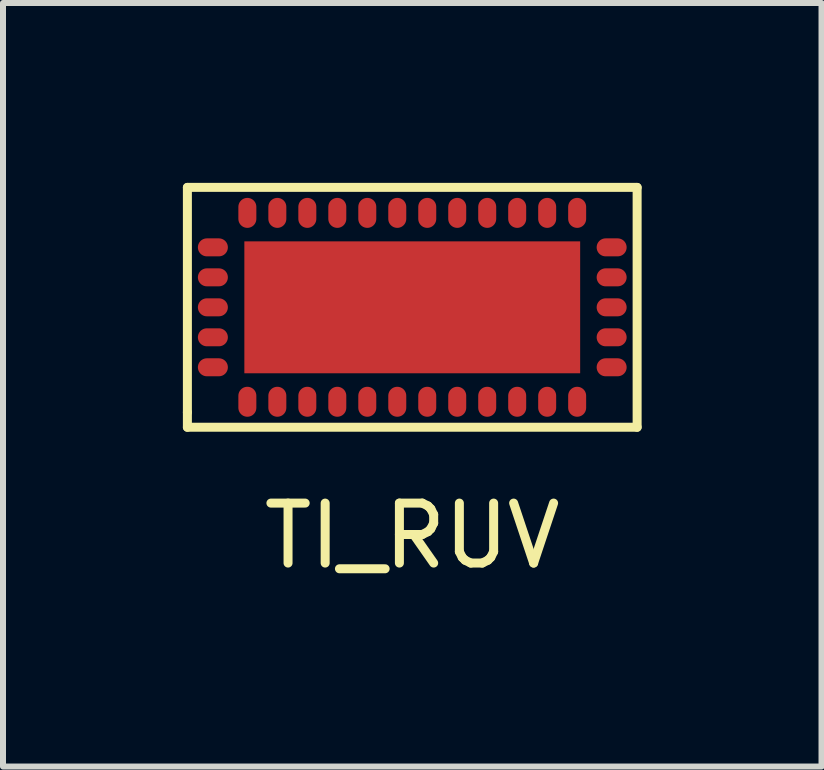
<source format=kicad_pcb>
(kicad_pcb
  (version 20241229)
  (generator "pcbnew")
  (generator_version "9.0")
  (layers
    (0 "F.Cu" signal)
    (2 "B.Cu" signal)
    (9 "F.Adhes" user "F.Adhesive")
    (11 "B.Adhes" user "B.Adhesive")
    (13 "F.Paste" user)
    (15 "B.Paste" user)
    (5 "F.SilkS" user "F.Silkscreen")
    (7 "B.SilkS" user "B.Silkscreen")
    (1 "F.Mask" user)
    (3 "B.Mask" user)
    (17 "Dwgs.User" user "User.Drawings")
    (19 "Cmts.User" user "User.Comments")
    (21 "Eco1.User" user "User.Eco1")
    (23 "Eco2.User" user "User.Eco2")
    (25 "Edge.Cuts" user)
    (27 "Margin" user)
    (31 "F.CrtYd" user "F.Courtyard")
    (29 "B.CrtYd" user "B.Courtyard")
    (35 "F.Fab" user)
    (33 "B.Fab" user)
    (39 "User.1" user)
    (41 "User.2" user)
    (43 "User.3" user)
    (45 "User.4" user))
  (footprint "TI_RUV"
    (layer "F.Cu")
    (at 3.825 2.075)
    (property "Reference" "TI_RUV" (at 0 3.81 0) (layer "F.SilkS") (effects (font (size 1 1) (thickness 0.15))))
    (attr through_hole)
    (fp_line (start -3.75 -2) (end -3.75 1.75) (stroke (width 0.15) (type solid)) (layer "F.SilkS"))
    (fp_line (start -3.75 1.75) (end -3.75 2) (stroke (width 0.15) (type solid)) (layer "F.SilkS"))
    (fp_line (start -3.75 2) (end 3.75 2) (stroke (width 0.15) (type solid)) (layer "F.SilkS"))
    (fp_line (start 3.75 -2) (end -3.75 -2) (stroke (width 0.15) (type solid)) (layer "F.SilkS"))
    (fp_line (start 3.75 2) (end 3.75 -2) (stroke (width 0.15) (type solid)) (layer "F.SilkS"))
    (pad "1" smd oval (at -2.75 1.575) (size 0.3 0.5) (layers "F.Cu" "F.Mask" "F.Paste"))
    (pad "2" smd oval (at -2.25 1.575) (size 0.3 0.5) (layers "F.Cu" "F.Mask" "F.Paste"))
    (pad "2" smd rect (at 0 0) (size 5.6 2.2) (layers "F.Cu" "F.Mask" "F.Paste"))
    (pad "3" smd oval (at -1.75 1.575) (size 0.3 0.5) (layers "F.Cu" "F.Mask" "F.Paste"))
    (pad "4" smd oval (at -1.25 1.575) (size 0.3 0.5) (layers "F.Cu" "F.Mask" "F.Paste"))
    (pad "5" smd oval (at -0.75 1.575) (size 0.3 0.5) (layers "F.Cu" "F.Mask" "F.Paste"))
    (pad "6" smd oval (at -0.25 1.575) (size 0.3 0.5) (layers "F.Cu" "F.Mask" "F.Paste"))
    (pad "7" smd oval (at 0.25 1.575) (size 0.3 0.5) (layers "F.Cu" "F.Mask" "F.Paste"))
    (pad "8" smd oval (at 0.75 1.575) (size 0.3 0.5) (layers "F.Cu" "F.Mask" "F.Paste"))
    (pad "9" smd oval (at 1.25 1.575) (size 0.3 0.5) (layers "F.Cu" "F.Mask" "F.Paste"))
    (pad "10" smd oval (at 1.75 1.575) (size 0.3 0.5) (layers "F.Cu" "F.Mask" "F.Paste"))
    (pad "11" smd oval (at 2.25 1.575) (size 0.3 0.5) (layers "F.Cu" "F.Mask" "F.Paste"))
    (pad "12" smd oval (at 2.75 1.575) (size 0.3 0.5) (layers "F.Cu" "F.Mask" "F.Paste"))
    (pad "13" smd oval (at 3.325 1) (size 0.5 0.3) (layers "F.Cu" "F.Mask" "F.Paste"))
    (pad "14" smd oval (at 3.325 0.5) (size 0.5 0.3) (layers "F.Cu" "F.Mask" "F.Paste"))
    (pad "15" smd oval (at 3.325 0) (size 0.5 0.3) (layers "F.Cu" "F.Mask" "F.Paste"))
    (pad "16" smd oval (at 3.325 -0.5) (size 0.5 0.3) (layers "F.Cu" "F.Mask" "F.Paste"))
    (pad "17" smd oval (at 3.325 -1) (size 0.5 0.3) (layers "F.Cu" "F.Mask" "F.Paste"))
    (pad "18" smd oval (at 2.75 -1.575) (size 0.3 0.5) (layers "F.Cu" "F.Mask" "F.Paste"))
    (pad "19" smd oval (at 2.25 -1.575) (size 0.3 0.5) (layers "F.Cu" "F.Mask" "F.Paste"))
    (pad "20" smd oval (at 1.75 -1.575) (size 0.3 0.5) (layers "F.Cu" "F.Mask" "F.Paste"))
    (pad "21" smd oval (at 1.25 -1.575) (size 0.3 0.5) (layers "F.Cu" "F.Mask" "F.Paste"))
    (pad "22" smd oval (at 0.75 -1.575) (size 0.3 0.5) (layers "F.Cu" "F.Mask" "F.Paste"))
    (pad "23" smd oval (at 0.25 -1.575) (size 0.3 0.5) (layers "F.Cu" "F.Mask" "F.Paste"))
    (pad "24" smd oval (at -0.25 -1.575) (size 0.3 0.5) (layers "F.Cu" "F.Mask" "F.Paste"))
    (pad "25" smd oval (at -0.75 -1.575) (size 0.3 0.5) (layers "F.Cu" "F.Mask" "F.Paste"))
    (pad "26" smd oval (at -1.25 -1.575) (size 0.3 0.5) (layers "F.Cu" "F.Mask" "F.Paste"))
    (pad "27" smd oval (at -1.75 -1.575) (size 0.3 0.5) (layers "F.Cu" "F.Mask" "F.Paste"))
    (pad "28" smd oval (at -2.25 -1.575) (size 0.3 0.5) (layers "F.Cu" "F.Mask" "F.Paste"))
    (pad "29" smd oval (at -2.75 -1.575) (size 0.3 0.5) (layers "F.Cu" "F.Mask" "F.Paste"))
    (pad "30" smd oval (at -3.325 -1) (size 0.5 0.3) (layers "F.Cu" "F.Mask" "F.Paste"))
    (pad "31" smd oval (at -3.325 -0.5) (size 0.5 0.3) (layers "F.Cu" "F.Mask" "F.Paste"))
    (pad "32" smd oval (at -3.325 0) (size 0.5 0.3) (layers "F.Cu" "F.Mask" "F.Paste"))
    (pad "33" smd oval (at -3.325 0.5) (size 0.5 0.3) (layers "F.Cu" "F.Mask" "F.Paste"))
    (pad "34" smd oval (at -3.325 1) (size 0.5 0.3) (layers "F.Cu" "F.Mask" "F.Paste")))
  (gr_rect
    (start -3 -3)
    (end 10.65 9.733)
    (stroke (width 0.1) (type default))
    (fill no)
    (layer "Edge.Cuts")))
</source>
